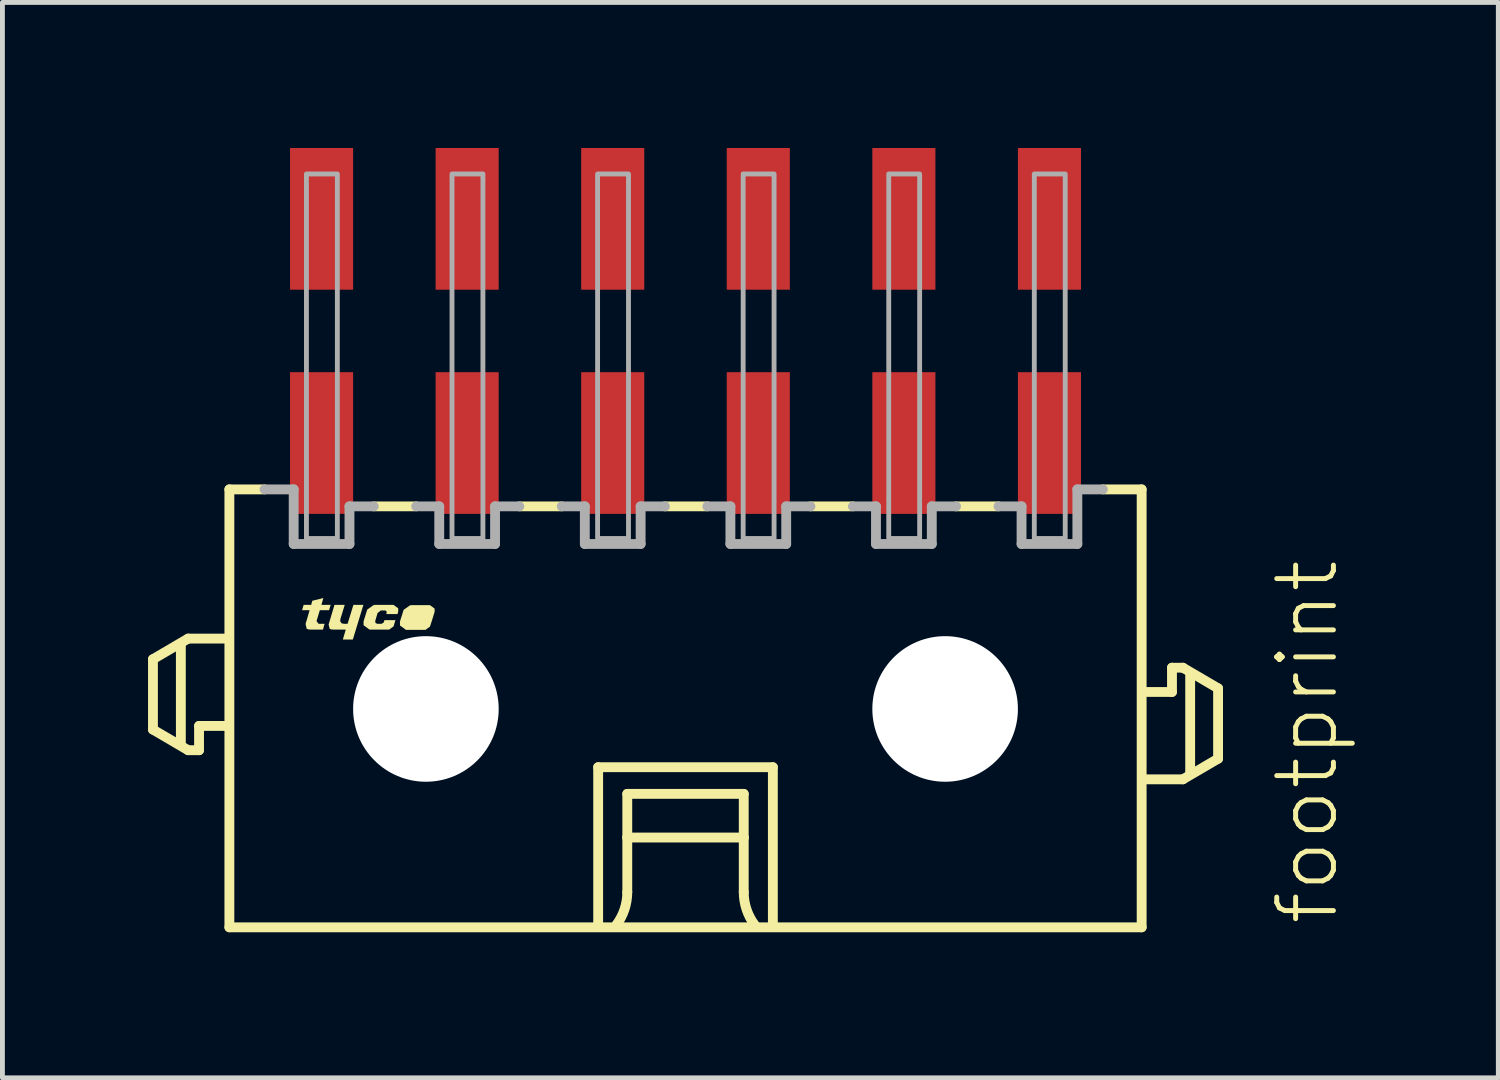
<source format=kicad_pcb>
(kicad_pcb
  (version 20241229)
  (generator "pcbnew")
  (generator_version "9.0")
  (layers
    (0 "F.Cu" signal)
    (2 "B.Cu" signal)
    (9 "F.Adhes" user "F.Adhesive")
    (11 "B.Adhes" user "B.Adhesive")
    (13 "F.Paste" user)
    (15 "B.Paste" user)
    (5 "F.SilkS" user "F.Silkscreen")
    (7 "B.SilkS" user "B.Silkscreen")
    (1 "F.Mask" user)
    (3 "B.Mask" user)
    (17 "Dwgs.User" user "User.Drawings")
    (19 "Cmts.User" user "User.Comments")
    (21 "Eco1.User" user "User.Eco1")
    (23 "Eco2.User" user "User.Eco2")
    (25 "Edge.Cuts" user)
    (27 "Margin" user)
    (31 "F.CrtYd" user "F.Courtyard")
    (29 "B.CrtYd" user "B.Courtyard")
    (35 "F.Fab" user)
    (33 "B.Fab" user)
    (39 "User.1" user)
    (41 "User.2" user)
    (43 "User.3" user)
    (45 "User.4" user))
  (footprint "footprint"
    (layer "F.Cu")
    (at 11.077 11.56)
    (property "Reference" "footprint" (at 13.5 4.5 90) (layer "F.SilkS") (effects (font (size 1.168 1.168) (thickness 0.102)) (justify left bottom)))
    (fp_line (start -10.975 -1.025) (end -10.975 0.425) (stroke (width 0.203) (type solid)) (layer "F.SilkS"))
    (fp_line (start -10.975 0.425) (end -10.25 0.85) (stroke (width 0.203) (type solid)) (layer "F.SilkS"))
    (fp_line (start -10.4 0.7) (end -10.4 -1.3) (stroke (width 0.203) (type solid)) (layer "F.SilkS"))
    (fp_line (start -10.25 -1.45) (end -10.975 -1.025) (stroke (width 0.203) (type solid)) (layer "F.SilkS"))
    (fp_line (start -10.25 0.85) (end -10.025 0.85) (stroke (width 0.203) (type solid)) (layer "F.SilkS"))
    (fp_line (start -10.025 0.35) (end -9.5 0.35) (stroke (width 0.203) (type solid)) (layer "F.SilkS"))
    (fp_line (start -10.025 0.85) (end -10.025 0.35) (stroke (width 0.203) (type solid)) (layer "F.SilkS"))
    (fp_line (start -9.5 -1.45) (end -10.25 -1.45) (stroke (width 0.203) (type solid)) (layer "F.SilkS"))
    (fp_line (start -9.4 -4.525) (end -9.4 4.5) (stroke (width 0.203) (type solid)) (layer "F.SilkS"))
    (fp_line (start -9.4 -4.525) (end -8.675 -4.525) (stroke (width 0.203) (type solid)) (layer "F.SilkS"))
    (fp_line (start -9.4 4.5) (end 9.4 4.5) (stroke (width 0.203) (type solid)) (layer "F.SilkS"))
    (fp_line (start -5.55 -4.175) (end -6.425 -4.175) (stroke (width 0.203) (type solid)) (layer "F.SilkS"))
    (fp_line (start -2.55 -4.175) (end -3.425 -4.175) (stroke (width 0.203) (type solid)) (layer "F.SilkS"))
    (fp_line (start -1.8 1.2) (end 1.8 1.2) (stroke (width 0.203) (type solid)) (layer "F.SilkS"))
    (fp_line (start -1.8 4.4) (end -1.8 1.2) (stroke (width 0.203) (type solid)) (layer "F.SilkS"))
    (fp_line (start -1.2 1.75) (end -1.2 2.65) (stroke (width 0.203) (type solid)) (layer "F.SilkS"))
    (fp_line (start -1.2 2.65) (end -1.2 3.775) (stroke (width 0.203) (type solid)) (layer "F.SilkS"))
    (fp_line (start -1.2 2.65) (end 1.2 2.65) (stroke (width 0.203) (type solid)) (layer "F.SilkS"))
    (fp_line (start 0.45 -4.175) (end -0.425 -4.175) (stroke (width 0.203) (type solid)) (layer "F.SilkS"))
    (fp_line (start 1.2 1.75) (end -1.2 1.75) (stroke (width 0.203) (type solid)) (layer "F.SilkS"))
    (fp_line (start 1.2 2.65) (end 1.2 1.75) (stroke (width 0.203) (type solid)) (layer "F.SilkS"))
    (fp_line (start 1.2 2.65) (end 1.2 3.775) (stroke (width 0.203) (type solid)) (layer "F.SilkS"))
    (fp_line (start 1.8 1.2) (end 1.8 4.4) (stroke (width 0.203) (type solid)) (layer "F.SilkS"))
    (fp_line (start 3.45 -4.175) (end 2.575 -4.175) (stroke (width 0.203) (type solid)) (layer "F.SilkS"))
    (fp_line (start 6.45 -4.175) (end 5.575 -4.175) (stroke (width 0.203) (type solid)) (layer "F.SilkS"))
    (fp_line (start 9.4 -4.525) (end 8.6 -4.525) (stroke (width 0.203) (type solid)) (layer "F.SilkS"))
    (fp_line (start 9.4 4.5) (end 9.4 -4.525) (stroke (width 0.203) (type solid)) (layer "F.SilkS"))
    (fp_line (start 9.5 1.45) (end 10.25 1.45) (stroke (width 0.203) (type solid)) (layer "F.SilkS"))
    (fp_line (start 10.025 -0.85) (end 10.025 -0.35) (stroke (width 0.203) (type solid)) (layer "F.SilkS"))
    (fp_line (start 10.025 -0.35) (end 9.5 -0.35) (stroke (width 0.203) (type solid)) (layer "F.SilkS"))
    (fp_line (start 10.25 -0.85) (end 10.025 -0.85) (stroke (width 0.203) (type solid)) (layer "F.SilkS"))
    (fp_line (start 10.25 1.45) (end 10.975 1.025) (stroke (width 0.203) (type solid)) (layer "F.SilkS"))
    (fp_line (start 10.4 1.3) (end 10.4 -0.7) (stroke (width 0.203) (type solid)) (layer "F.SilkS"))
    (fp_line (start 10.975 -0.425) (end 10.25 -0.85) (stroke (width 0.203) (type solid)) (layer "F.SilkS"))
    (fp_line (start 10.975 1.025) (end 10.975 -0.425) (stroke (width 0.203) (type solid)) (layer "F.SilkS"))
    (fp_arc (start -1.2 3.775) (mid -1.257731 4.130756) (end -1.425 4.449999) (stroke (width 0.2032) (type solid)) (layer "F.SilkS"))
    (fp_arc (start 1.425 4.449999) (mid 1.257732 4.130756) (end 1.2 3.775) (stroke (width 0.2032) (type solid)) (layer "F.SilkS"))
    (fp_poly (pts (xy -7.115 -1.844) (xy -7.113 -1.799) (xy -7.085 -1.764) (xy -7.039 -1.755) (xy -6.964 -1.755) (xy -6.844 -2.145) (xy -6.638 -2.145) (xy -6.856 -1.43) (xy -7.062 -1.43) (xy -7.002 -1.635) (xy -7.28 -1.635) (xy -7.28 -1.645) (xy -7.285 -1.645) (xy -7.285 -1.64) (xy -7.287 -1.635) (xy -7.333 -1.651) (xy -7.355 -1.74) (xy -7.234 -2.145) (xy -7.023 -2.145)) (stroke (width 0) (type solid)) (fill yes) (layer "F.SilkS"))
    (fp_poly (pts (xy -7.503 -2.145) (xy -7.313 -2.145) (xy -7.346 -2.035) (xy -7.536 -2.035) (xy -7.604 -1.811) (xy -7.562 -1.755) (xy -7.438 -1.755) (xy -7.471 -1.635) (xy -7.75 -1.635) (xy -7.75 -1.645) (xy -7.755 -1.645) (xy -7.755 -1.64) (xy -7.757 -1.635) (xy -7.807 -1.653) (xy -7.83 -1.75) (xy -7.747 -2.035) (xy -7.902 -2.035) (xy -7.869 -2.145) (xy -7.714 -2.145) (xy -7.692 -2.229) (xy -7.463 -2.287)) (stroke (width 0) (type solid)) (fill yes) (layer "F.SilkS"))
    (fp_poly (pts (xy -5.171 -2.069) (xy -5.17 -2.005) (xy -5.17 -2.004) (xy -5.223 -1.83) (xy -5.223 -1.83) (xy -5.225 -1.823) (xy -5.226 -1.82) (xy -5.226 -1.82) (xy -5.266 -1.697) (xy -5.358 -1.63) (xy -5.762 -1.63) (xy -5.884 -1.72) (xy -5.885 -1.8) (xy -5.885 -1.801) (xy -5.809 -2.043) (xy -5.673 -2.139) (xy -5.67 -2.135) (xy -5.67 -2.13) (xy -5.665 -2.13) (xy -5.665 -2.14) (xy -5.268 -2.14)) (stroke (width 0) (type solid)) (fill yes) (layer "F.SilkS"))
    (fp_poly (pts (xy -5.921 -2.074) (xy -5.92 -2.01) (xy -5.92 -2.009) (xy -5.936 -1.955) (xy -6.167 -1.955) (xy -6.16 -1.976) (xy -6.158 -2.001) (xy -6.172 -2.022) (xy -6.196 -2.03) (xy -6.278 -2.03) (xy -6.346 -1.977) (xy -6.395 -1.81) (xy -6.388 -1.772) (xy -6.354 -1.755) (xy -6.262 -1.755) (xy -6.219 -1.783) (xy -6.204 -1.83) (xy -5.978 -1.83) (xy -6.016 -1.702) (xy -6.108 -1.635) (xy -6.512 -1.635) (xy -6.634 -1.725) (xy -6.635 -1.805) (xy -6.635 -1.806) (xy -6.559 -2.048) (xy -6.423 -2.144) (xy -6.42 -2.14) (xy -6.42 -2.135) (xy -6.415 -2.135) (xy -6.415 -2.145) (xy -6.018 -2.145)) (stroke (width 0) (type solid)) (fill yes) (layer "F.SilkS"))
    (fp_line (start -8.075 -4.525) (end -8.675 -4.525) (stroke (width 0.203) (type solid)) (layer "F.Fab"))
    (fp_line (start -8.075 -3.4) (end -8.075 -4.525) (stroke (width 0.203) (type solid)) (layer "F.Fab"))
    (fp_line (start -6.925 -4.175) (end -6.925 -3.4) (stroke (width 0.203) (type solid)) (layer "F.Fab"))
    (fp_line (start -6.925 -3.4) (end -8.075 -3.4) (stroke (width 0.203) (type solid)) (layer "F.Fab"))
    (fp_line (start -6.425 -4.175) (end -6.925 -4.175) (stroke (width 0.203) (type solid)) (layer "F.Fab"))
    (fp_line (start -5.075 -4.175) (end -5.55 -4.175) (stroke (width 0.203) (type solid)) (layer "F.Fab"))
    (fp_line (start -5.075 -3.4) (end -5.075 -4.175) (stroke (width 0.203) (type solid)) (layer "F.Fab"))
    (fp_line (start -3.925 -4.175) (end -3.925 -3.4) (stroke (width 0.203) (type solid)) (layer "F.Fab"))
    (fp_line (start -3.925 -3.4) (end -5.075 -3.4) (stroke (width 0.203) (type solid)) (layer "F.Fab"))
    (fp_line (start -3.425 -4.175) (end -3.925 -4.175) (stroke (width 0.203) (type solid)) (layer "F.Fab"))
    (fp_line (start -2.075 -4.175) (end -2.55 -4.175) (stroke (width 0.203) (type solid)) (layer "F.Fab"))
    (fp_line (start -2.075 -3.4) (end -2.075 -4.175) (stroke (width 0.203) (type solid)) (layer "F.Fab"))
    (fp_line (start -0.925 -4.175) (end -0.925 -3.4) (stroke (width 0.203) (type solid)) (layer "F.Fab"))
    (fp_line (start -0.925 -3.4) (end -2.075 -3.4) (stroke (width 0.203) (type solid)) (layer "F.Fab"))
    (fp_line (start -0.425 -4.175) (end -0.925 -4.175) (stroke (width 0.203) (type solid)) (layer "F.Fab"))
    (fp_line (start 0.925 -4.175) (end 0.45 -4.175) (stroke (width 0.203) (type solid)) (layer "F.Fab"))
    (fp_line (start 0.925 -3.4) (end 0.925 -4.175) (stroke (width 0.203) (type solid)) (layer "F.Fab"))
    (fp_line (start 2.075 -4.175) (end 2.075 -3.4) (stroke (width 0.203) (type solid)) (layer "F.Fab"))
    (fp_line (start 2.075 -3.4) (end 0.925 -3.4) (stroke (width 0.203) (type solid)) (layer "F.Fab"))
    (fp_line (start 2.575 -4.175) (end 2.075 -4.175) (stroke (width 0.203) (type solid)) (layer "F.Fab"))
    (fp_line (start 3.925 -4.175) (end 3.45 -4.175) (stroke (width 0.203) (type solid)) (layer "F.Fab"))
    (fp_line (start 3.925 -3.4) (end 3.925 -4.175) (stroke (width 0.203) (type solid)) (layer "F.Fab"))
    (fp_line (start 5.075 -4.175) (end 5.075 -3.4) (stroke (width 0.203) (type solid)) (layer "F.Fab"))
    (fp_line (start 5.075 -3.4) (end 3.925 -3.4) (stroke (width 0.203) (type solid)) (layer "F.Fab"))
    (fp_line (start 5.575 -4.175) (end 5.075 -4.175) (stroke (width 0.203) (type solid)) (layer "F.Fab"))
    (fp_line (start 6.925 -4.175) (end 6.45 -4.175) (stroke (width 0.203) (type solid)) (layer "F.Fab"))
    (fp_line (start 6.925 -3.4) (end 6.925 -4.175) (stroke (width 0.203) (type solid)) (layer "F.Fab"))
    (fp_line (start 8.075 -4.525) (end 8.075 -3.4) (stroke (width 0.203) (type solid)) (layer "F.Fab"))
    (fp_line (start 8.075 -3.4) (end 6.925 -3.4) (stroke (width 0.203) (type solid)) (layer "F.Fab"))
    (fp_line (start 8.6 -4.525) (end 8.075 -4.525) (stroke (width 0.203) (type solid)) (layer "F.Fab"))
    (fp_poly (pts (xy -7.812 -3.513) (xy -7.175 -3.513) (xy -7.175 -11.025) (xy -7.812 -11.025)) (stroke (width 0.1) (type solid)) (fill no) (layer "F.Fab"))
    (fp_poly (pts (xy -4.812 -3.513) (xy -4.175 -3.513) (xy -4.175 -11.025) (xy -4.812 -11.025)) (stroke (width 0.1) (type solid)) (fill no) (layer "F.Fab"))
    (fp_poly (pts (xy -1.812 -3.513) (xy -1.175 -3.513) (xy -1.175 -11.025) (xy -1.812 -11.025)) (stroke (width 0.1) (type solid)) (fill no) (layer "F.Fab"))
    (fp_poly (pts (xy 1.188 -3.513) (xy 1.825 -3.513) (xy 1.825 -11.025) (xy 1.188 -11.025)) (stroke (width 0.1) (type solid)) (fill no) (layer "F.Fab"))
    (fp_poly (pts (xy 4.188 -3.513) (xy 4.825 -3.513) (xy 4.825 -11.025) (xy 4.188 -11.025)) (stroke (width 0.1) (type solid)) (fill no) (layer "F.Fab"))
    (fp_poly (pts (xy 7.188 -3.513) (xy 7.825 -3.513) (xy 7.825 -11.025) (xy 7.188 -11.025)) (stroke (width 0.1) (type solid)) (fill no) (layer "F.Fab"))
    (pad "" np_thru_hole circle (at -5.35 0) (size 3 3) (drill 3) (layers "*.Cu" "*.Mask"))
    (pad "" np_thru_hole circle (at 5.35 0) (size 3 3) (drill 3) (layers "*.Cu" "*.Mask"))
    (pad "1" smd rect (at 7.5 -10.1) (size 1.3 2.92) (layers "F.Cu" "F.Mask" "F.Paste"))
    (pad "2" smd rect (at 7.5 -5.48) (size 1.3 2.92) (layers "F.Cu" "F.Mask" "F.Paste"))
    (pad "3" smd rect (at 4.5 -10.1) (size 1.3 2.92) (layers "F.Cu" "F.Mask" "F.Paste"))
    (pad "4" smd rect (at 4.5 -5.48) (size 1.3 2.92) (layers "F.Cu" "F.Mask" "F.Paste"))
    (pad "5" smd rect (at 1.5 -10.1) (size 1.3 2.92) (layers "F.Cu" "F.Mask" "F.Paste"))
    (pad "6" smd rect (at 1.5 -5.48) (size 1.3 2.92) (layers "F.Cu" "F.Mask" "F.Paste"))
    (pad "7" smd rect (at -1.5 -10.1) (size 1.3 2.92) (layers "F.Cu" "F.Mask" "F.Paste"))
    (pad "8" smd rect (at -1.5 -5.48) (size 1.3 2.92) (layers "F.Cu" "F.Mask" "F.Paste"))
    (pad "9" smd rect (at -4.5 -10.1) (size 1.3 2.92) (layers "F.Cu" "F.Mask" "F.Paste"))
    (pad "10" smd rect (at -4.5 -5.48) (size 1.3 2.92) (layers "F.Cu" "F.Mask" "F.Paste"))
    (pad "11" smd rect (at -7.5 -10.1) (size 1.3 2.92) (layers "F.Cu" "F.Mask" "F.Paste"))
    (pad "12" smd rect (at -7.5 -5.48) (size 1.3 2.92) (layers "F.Cu" "F.Mask" "F.Paste")))
  (gr_rect
    (start -3 -3)
    (end 27.827 19.162)
    (stroke (width 0.1) (type default))
    (fill no)
    (layer "Edge.Cuts")))
</source>
